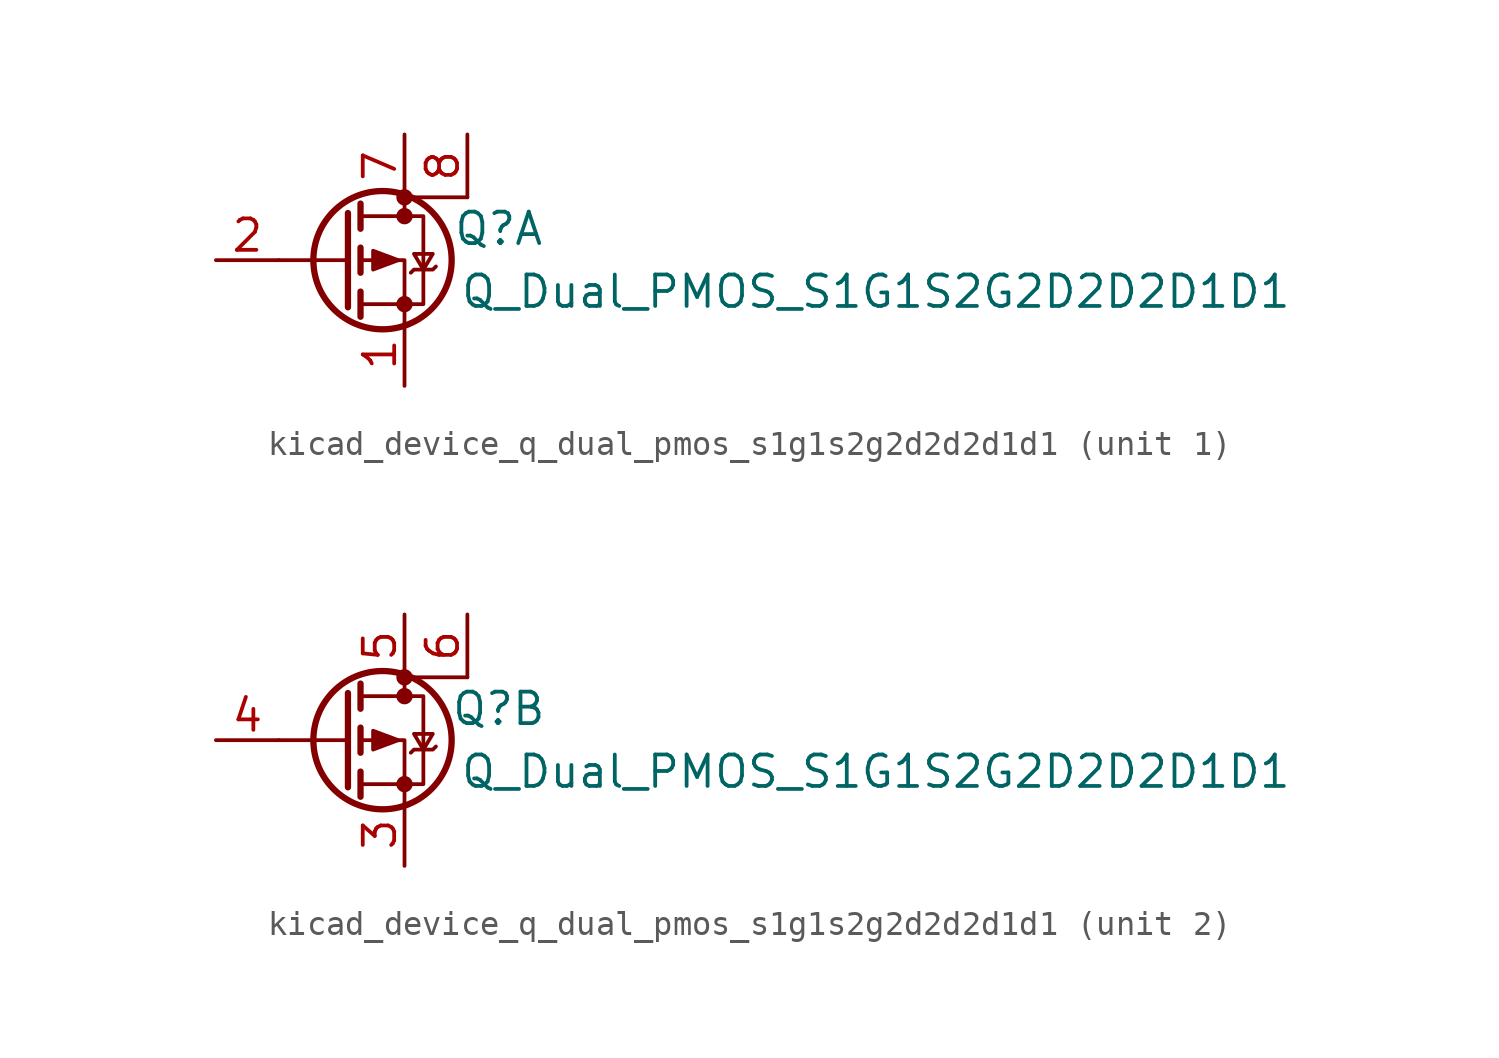
<source format=kicad_sym>
(kicad_symbol_lib
  (version 20220914)
  (generator kicad_symbol_editor)
  (symbol "kicad_device_q_dual_pmos_s1g1s2g2d2d2d1d1"
    (pin_names
      (offset 0) hide)
    (property "Reference" "Q"
      (at 6.35 1.27 0)
      (effects (font (size 1.27 1.27))))
    (property "Value" "Q_Dual_PMOS_S1G1S2G2D2D2D1D1"
      (at 21.59 -1.27 0)
      (effects (font (size 1.27 1.27))))
    (symbol "kicad_device_q_dual_pmos_s1g1s2g2d2d2d1d1_0_1"
      (polyline (pts (xy 0.254 0) (xy -2.54 0)) (stroke (width 0) (type default)) (fill (type none)))
      (polyline (pts (xy 0.254 1.905) (xy 0.254 -1.905)) (stroke (width 0.254) (type default)) (fill (type none)))
      (polyline (pts (xy 0.762 -1.27) (xy 0.762 -2.286)) (stroke (width 0.254) (type default)) (fill (type none)))
      (polyline (pts (xy 0.762 0.508) (xy 0.762 -0.508)) (stroke (width 0.254) (type default)) (fill (type none)))
      (polyline (pts (xy 0.762 2.286) (xy 0.762 1.27)) (stroke (width 0.254) (type default)) (fill (type none)))
      (polyline (pts (xy 2.54 2.54) (xy 2.54 1.778)) (stroke (width 0) (type default)) (fill (type none)))
      (polyline (pts (xy 2.54 -2.54) (xy 2.54 0) (xy 0.762 0)) (stroke (width 0) (type default)) (fill (type none)))
      (polyline (pts (xy 0.762 1.778) (xy 3.302 1.778) (xy 3.302 -1.778) (xy 0.762 -1.778)) (stroke (width 0) (type default)) (fill (type none)))
      (polyline (pts (xy 2.286 0) (xy 1.27 0.381) (xy 1.27 -0.381) (xy 2.286 0)) (stroke (width 0) (type default)) (fill (type outline)))
      (polyline (pts (xy 2.794 -0.508) (xy 2.921 -0.381) (xy 3.683 -0.381) (xy 3.81 -0.254)) (stroke (width 0) (type default)) (fill (type none)))
      (polyline (pts (xy 3.302 -0.381) (xy 2.921 0.254) (xy 3.683 0.254) (xy 3.302 -0.381)) (stroke (width 0) (type default)) (fill (type none)))
      (circle (center 1.651 0) (radius 2.794) (stroke (width 0.254) (type default)) (fill (type none)))
      (circle (center 2.54 -1.778) (radius 0.254) (stroke (width 0) (type default)) (fill (type outline)))
      (circle (center 2.54 1.778) (radius 0.254) (stroke (width 0) (type default)) (fill (type outline)))
      (circle (center 2.54 2.54) (radius 0.254) (stroke (width 0) (type default)) (fill (type outline)))
      (rectangle (start 5.08 2.54) (end 2.54 2.54) (stroke (width 0) (type default)) (fill (type none))))
    (symbol "kicad_device_q_dual_pmos_s1g1s2g2d2d2d1d1_1_1"
      (pin passive line (at 2.54 -5.08 90) (length 2.54) (name "S" (effects (font (size 1.27 1.27)))) (number "1" (effects (font (size 1.27 1.27)))))
      (pin input line (at -5.08 0 0) (length 2.54) (name "G" (effects (font (size 1.27 1.27)))) (number "2" (effects (font (size 1.27 1.27)))))
      (pin passive line (at 2.54 5.08 270) (length 2.54) (name "D" (effects (font (size 1.27 1.27)))) (number "7" (effects (font (size 1.27 1.27)))))
      (pin passive line (at 5.08 5.08 270) (length 2.54) (name "G" (effects (font (size 1.27 1.27)))) (number "8" (effects (font (size 1.27 1.27))))))
    (symbol "kicad_device_q_dual_pmos_s1g1s2g2d2d2d1d1_2_1"
      (pin passive line (at 2.54 -5.08 90) (length 2.54) (name "S" (effects (font (size 1.27 1.27)))) (number "3" (effects (font (size 1.27 1.27)))))
      (pin input line (at -5.08 0 0) (length 2.54) (name "G" (effects (font (size 1.27 1.27)))) (number "4" (effects (font (size 1.27 1.27)))))
      (pin passive line (at 2.54 5.08 270) (length 2.54) (name "D" (effects (font (size 1.27 1.27)))) (number "5" (effects (font (size 1.27 1.27)))))
      (pin passive line (at 5.08 5.08 270) (length 2.54) (name "G" (effects (font (size 1.27 1.27)))) (number "6" (effects (font (size 1.27 1.27))))))))
</source>
